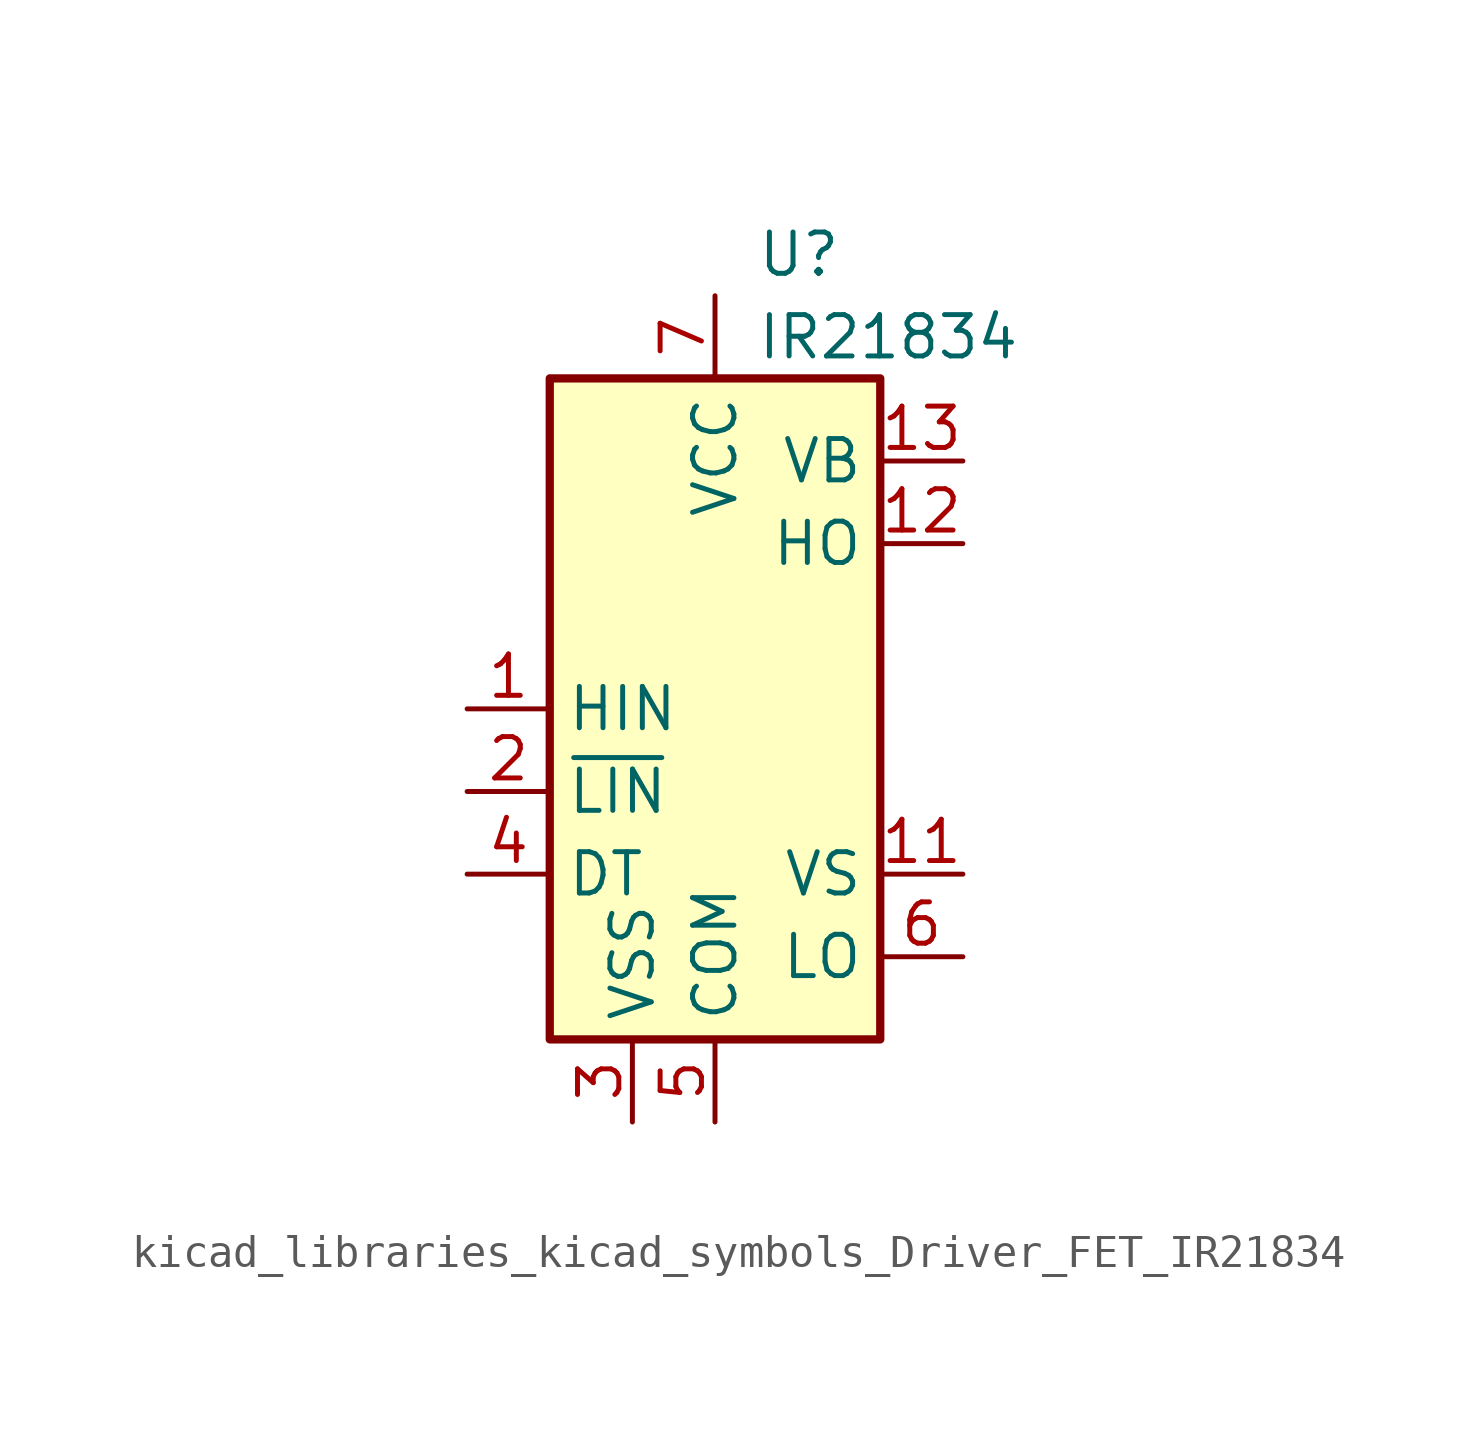
<source format=kicad_sym>
(kicad_symbol_lib
  (version 20220914)
  (generator kicad_symbol_editor)
  (symbol "kicad_libraries_kicad_symbols_Driver_FET_IR21834"
    (property "Reference" "U"
      (at 1.27 13.97 0)
      (effects (font (size 1.27 1.27)) (justify left)))
    (property "Value" "IR21834"
      (at 1.27 11.43 0)
      (effects (font (size 1.27 1.27)) (justify left)))
    (symbol "kicad_libraries_kicad_symbols_Driver_FET_IR21834_0_1"
      (rectangle (start -5.08 -10.16) (end 5.08 10.16) (stroke (width 0.254) (type default)) (fill (type background))))
    (symbol "kicad_libraries_kicad_symbols_Driver_FET_IR21834_1_1"
      (pin input line (at -7.62 0 0) (length 2.54) (name "HIN" (effects (font (size 1.27 1.27)))) (number "1" (effects (font (size 1.27 1.27)))))
      (pin no_connect line (at -5.08 2.54 0) (length 2.54) hide (name "NC" (effects (font (size 1.27 1.27)))) (number "10" (effects (font (size 1.27 1.27)))))
      (pin passive line (at 7.62 -5.08 180) (length 2.54) (name "VS" (effects (font (size 1.27 1.27)))) (number "11" (effects (font (size 1.27 1.27)))))
      (pin output line (at 7.62 5.08 180) (length 2.54) (name "HO" (effects (font (size 1.27 1.27)))) (number "12" (effects (font (size 1.27 1.27)))))
      (pin passive line (at 7.62 7.62 180) (length 2.54) (name "VB" (effects (font (size 1.27 1.27)))) (number "13" (effects (font (size 1.27 1.27)))))
      (pin no_connect line (at 5.08 2.54 180) (length 2.54) hide (name "NC" (effects (font (size 1.27 1.27)))) (number "14" (effects (font (size 1.27 1.27)))))
      (pin input line (at -7.62 -2.54 0) (length 2.54) (name "~{LIN}" (effects (font (size 1.27 1.27)))) (number "2" (effects (font (size 1.27 1.27)))))
      (pin power_in line (at -2.54 -12.7 90) (length 2.54) (name "VSS" (effects (font (size 1.27 1.27)))) (number "3" (effects (font (size 1.27 1.27)))))
      (pin input line (at -7.62 -5.08 0) (length 2.54) (name "DT" (effects (font (size 1.27 1.27)))) (number "4" (effects (font (size 1.27 1.27)))))
      (pin power_in line (at 0 -12.7 90) (length 2.54) (name "COM" (effects (font (size 1.27 1.27)))) (number "5" (effects (font (size 1.27 1.27)))))
      (pin output line (at 7.62 -7.62 180) (length 2.54) (name "LO" (effects (font (size 1.27 1.27)))) (number "6" (effects (font (size 1.27 1.27)))))
      (pin power_in line (at 0 12.7 270) (length 2.54) (name "VCC" (effects (font (size 1.27 1.27)))) (number "7" (effects (font (size 1.27 1.27)))))
      (pin no_connect line (at -5.08 7.62 0) (length 2.54) hide (name "NC" (effects (font (size 1.27 1.27)))) (number "8" (effects (font (size 1.27 1.27)))))
      (pin no_connect line (at -5.08 5.08 0) (length 2.54) hide (name "NC" (effects (font (size 1.27 1.27)))) (number "9" (effects (font (size 1.27 1.27))))))))
</source>
